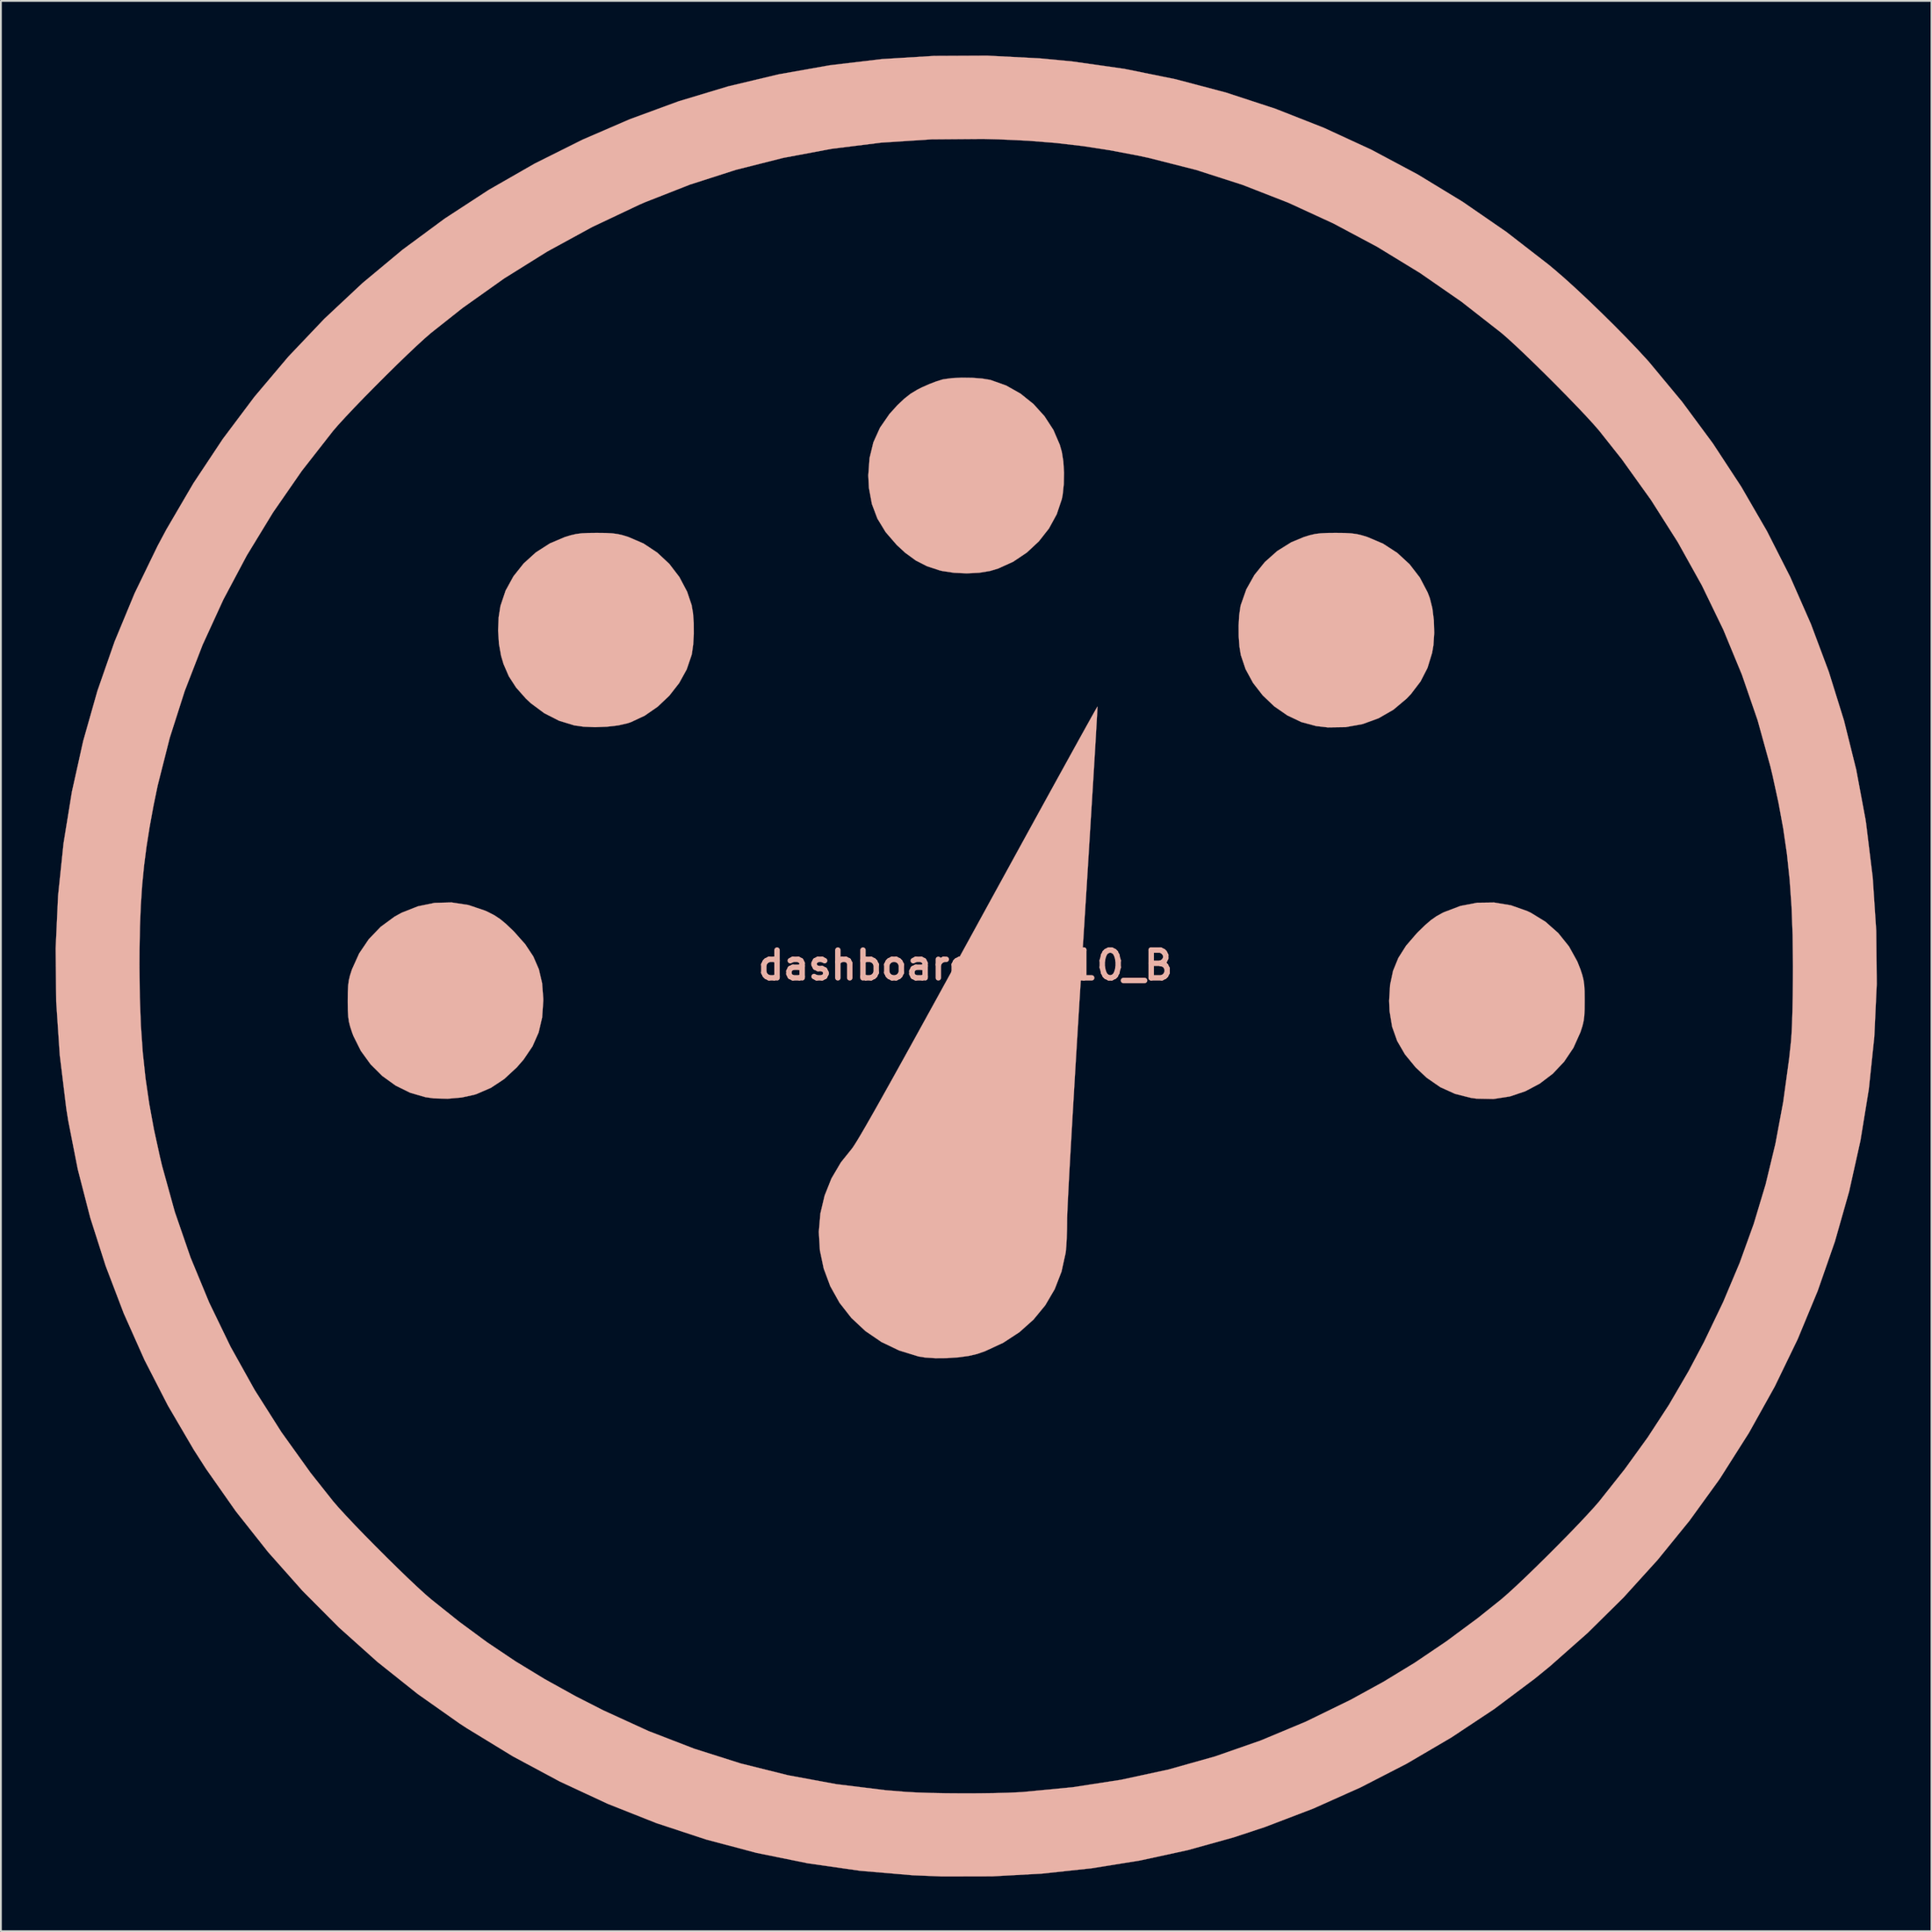
<source format=kicad_pcb>
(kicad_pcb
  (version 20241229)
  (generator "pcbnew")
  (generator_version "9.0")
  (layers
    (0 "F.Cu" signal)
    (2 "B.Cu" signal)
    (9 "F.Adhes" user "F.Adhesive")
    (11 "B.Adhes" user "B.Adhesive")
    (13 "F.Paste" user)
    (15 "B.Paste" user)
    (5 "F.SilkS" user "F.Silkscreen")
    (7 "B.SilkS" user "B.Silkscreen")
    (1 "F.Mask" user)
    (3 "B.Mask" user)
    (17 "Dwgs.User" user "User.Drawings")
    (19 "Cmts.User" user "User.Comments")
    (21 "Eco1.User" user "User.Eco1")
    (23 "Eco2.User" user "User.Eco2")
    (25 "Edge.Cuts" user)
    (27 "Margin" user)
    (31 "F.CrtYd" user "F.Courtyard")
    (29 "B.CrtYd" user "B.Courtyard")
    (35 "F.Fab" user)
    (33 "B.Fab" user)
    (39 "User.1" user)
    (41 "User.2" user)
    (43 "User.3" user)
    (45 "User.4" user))
  (footprint "dashboard_10x10_B"
    (layer "F.Cu")
    (at 49.942 49.933)
    (property "Reference" "dashboard_10x10_B" (at 0 0 0) (layer "B.SilkS") (effects (font (size 1.524 1.524) (thickness 0.3))))
    (attr through_hole)
    (fp_poly (pts (xy 20.804 -23.727) (xy 21.171 -23.707) (xy 21.475 -23.667) (xy 21.766 -23.599) (xy 22.062 -23.508) (xy 22.922 -23.142) (xy 23.7 -22.637) (xy 24.379 -22.011) (xy 24.942 -21.28) (xy 25.371 -20.461) (xy 25.489 -20.151) (xy 25.629 -19.591) (xy 25.71 -18.934) (xy 25.73 -18.24) (xy 25.687 -17.573) (xy 25.616 -17.154) (xy 25.362 -16.323) (xy 24.979 -15.577) (xy 24.452 -14.887) (xy 24.217 -14.639) (xy 23.49 -14.028) (xy 22.68 -13.561) (xy 21.8 -13.24) (xy 20.865 -13.071) (xy 19.889 -13.057) (xy 19.249 -13.131) (xy 18.44 -13.349) (xy 17.668 -13.715) (xy 16.954 -14.209) (xy 16.32 -14.811) (xy 15.786 -15.499) (xy 15.376 -16.254) (xy 15.116 -17.027) (xy 15.039 -17.497) (xy 14.998 -18.06) (xy 14.994 -18.654) (xy 15.026 -19.218) (xy 15.095 -19.69) (xy 15.114 -19.773) (xy 15.417 -20.633) (xy 15.863 -21.426) (xy 16.434 -22.134) (xy 17.112 -22.737) (xy 17.879 -23.216) (xy 18.584 -23.509) (xy 18.908 -23.608) (xy 19.196 -23.673) (xy 19.503 -23.71) (xy 19.879 -23.728) (xy 20.32 -23.732) (xy 20.804 -23.727)) (stroke (width 0.01) (type solid)) (fill yes) (layer "B.SilkS"))
    (fp_poly (pts (xy -19.752 -23.727) (xy -19.385 -23.708) (xy -19.083 -23.667) (xy -18.793 -23.6) (xy -18.5 -23.509) (xy -17.671 -23.151) (xy -16.916 -22.651) (xy -16.253 -22.031) (xy -15.701 -21.309) (xy -15.276 -20.504) (xy -15.03 -19.773) (xy -14.953 -19.328) (xy -14.913 -18.778) (xy -14.91 -18.186) (xy -14.943 -17.611) (xy -15.012 -17.116) (xy -15.032 -17.027) (xy -15.3 -16.24) (xy -15.714 -15.49) (xy -16.252 -14.8) (xy -16.889 -14.196) (xy -17.602 -13.702) (xy -18.37 -13.343) (xy -18.542 -13.285) (xy -19.057 -13.167) (xy -19.674 -13.095) (xy -20.328 -13.07) (xy -20.958 -13.095) (xy -21.463 -13.165) (xy -22.312 -13.425) (xy -23.121 -13.838) (xy -23.862 -14.389) (xy -24.128 -14.639) (xy -24.665 -15.247) (xy -25.064 -15.864) (xy -25.355 -16.538) (xy -25.487 -16.984) (xy -25.605 -17.646) (xy -25.65 -18.377) (xy -25.621 -19.103) (xy -25.523 -19.723) (xy -25.239 -20.567) (xy -24.809 -21.351) (xy -24.249 -22.056) (xy -23.579 -22.663) (xy -22.814 -23.154) (xy -21.989 -23.505) (xy -21.659 -23.605) (xy -21.368 -23.671) (xy -21.062 -23.71) (xy -20.69 -23.727) (xy -20.235 -23.732) (xy -19.752 -23.727)) (stroke (width 0.01) (type solid)) (fill yes) (layer "B.SilkS"))
    (fp_poly (pts (xy 0.367 -32.246) (xy 0.905 -32.206) (xy 1.347 -32.134) (xy 1.385 -32.124) (xy 2.233 -31.823) (xy 3.02 -31.379) (xy 3.728 -30.812) (xy 4.336 -30.141) (xy 4.827 -29.387) (xy 5.18 -28.567) (xy 5.292 -28.172) (xy 5.374 -27.651) (xy 5.41 -27.039) (xy 5.398 -26.409) (xy 5.338 -25.833) (xy 5.291 -25.59) (xy 5.01 -24.755) (xy 4.583 -23.974) (xy 4.028 -23.267) (xy 3.367 -22.652) (xy 2.618 -22.15) (xy 1.801 -21.779) (xy 1.349 -21.643) (xy 0.754 -21.545) (xy 0.073 -21.512) (xy -0.623 -21.543) (xy -1.263 -21.639) (xy -1.422 -21.677) (xy -2.111 -21.904) (xy -2.723 -22.216) (xy -3.304 -22.64) (xy -3.77 -23.07) (xy -4.38 -23.774) (xy -4.833 -24.518) (xy -5.136 -25.323) (xy -5.299 -26.206) (xy -5.333 -26.889) (xy -5.264 -27.838) (xy -5.052 -28.707) (xy -4.689 -29.509) (xy -4.169 -30.262) (xy -3.733 -30.743) (xy -3.352 -31.103) (xy -3.009 -31.372) (xy -2.64 -31.595) (xy -2.371 -31.73) (xy -1.991 -31.898) (xy -1.607 -32.045) (xy -1.285 -32.146) (xy -1.202 -32.166) (xy -0.75 -32.227) (xy -0.206 -32.254) (xy 0.367 -32.246)) (stroke (width 0.01) (type solid)) (fill yes) (layer "B.SilkS"))
    (fp_poly (pts (xy 29.94 -3.292) (xy 30.84 -2.974) (xy 31.03 -2.884) (xy 31.833 -2.392) (xy 32.537 -1.77) (xy 33.126 -1.037) (xy 33.584 -0.21) (xy 33.753 0.215) (xy 33.856 0.526) (xy 33.924 0.797) (xy 33.964 1.077) (xy 33.984 1.417) (xy 33.989 1.868) (xy 33.989 1.947) (xy 33.985 2.419) (xy 33.968 2.773) (xy 33.931 3.058) (xy 33.868 3.327) (xy 33.771 3.629) (xy 33.753 3.68) (xy 33.369 4.535) (xy 32.857 5.296) (xy 32.235 5.954) (xy 31.52 6.497) (xy 30.728 6.916) (xy 29.878 7.2) (xy 28.986 7.339) (xy 28.07 7.322) (xy 27.751 7.279) (xy 26.868 7.055) (xy 26.062 6.689) (xy 25.315 6.172) (xy 24.712 5.605) (xy 24.126 4.892) (xy 23.698 4.156) (xy 23.42 3.372) (xy 23.279 2.514) (xy 23.256 1.947) (xy 23.308 1.078) (xy 23.471 0.306) (xy 23.76 -0.402) (xy 24.186 -1.075) (xy 24.765 -1.746) (xy 24.846 -1.83) (xy 25.23 -2.203) (xy 25.549 -2.478) (xy 25.848 -2.688) (xy 26.168 -2.866) (xy 26.262 -2.912) (xy 27.165 -3.255) (xy 28.089 -3.433) (xy 29.018 -3.445) (xy 29.94 -3.292)) (stroke (width 0.01) (type solid)) (fill yes) (layer "B.SilkS"))
    (fp_poly (pts (xy -27.279 -3.307) (xy -26.37 -3) (xy -26.177 -2.912) (xy -25.843 -2.737) (xy -25.543 -2.538) (xy -25.233 -2.283) (xy -24.871 -1.939) (xy -24.762 -1.83) (xy -24.164 -1.157) (xy -23.72 -0.485) (xy -23.415 0.216) (xy -23.237 0.979) (xy -23.172 1.835) (xy -23.172 1.947) (xy -23.234 2.863) (xy -23.428 3.689) (xy -23.764 4.451) (xy -24.253 5.175) (xy -24.627 5.605) (xy -25.316 6.242) (xy -26.042 6.724) (xy -26.826 7.064) (xy -26.961 7.107) (xy -27.655 7.258) (xy -28.421 7.325) (xy -29.183 7.304) (xy -29.63 7.242) (xy -30.478 6.997) (xy -31.277 6.603) (xy -32.008 6.076) (xy -32.651 5.435) (xy -33.186 4.697) (xy -33.595 3.878) (xy -33.669 3.68) (xy -33.771 3.368) (xy -33.839 3.098) (xy -33.879 2.818) (xy -33.899 2.478) (xy -33.905 2.026) (xy -33.905 1.947) (xy -33.9 1.475) (xy -33.883 1.122) (xy -33.847 0.836) (xy -33.783 0.568) (xy -33.686 0.265) (xy -33.669 0.215) (xy -33.278 -0.651) (xy -32.75 -1.431) (xy -32.1 -2.108) (xy -31.342 -2.665) (xy -30.946 -2.884) (xy -30.052 -3.237) (xy -29.134 -3.426) (xy -28.205 -3.449) (xy -27.279 -3.307)) (stroke (width 0.01) (type solid)) (fill yes) (layer "B.SilkS"))
    (fp_poly (pts (xy 7.245 -14.116) (xy 7.233 -13.87) (xy 7.21 -13.473) (xy 7.179 -12.934) (xy 7.14 -12.261) (xy 7.092 -11.465) (xy 7.037 -10.554) (xy 6.975 -9.537) (xy 6.906 -8.422) (xy 6.832 -7.22) (xy 6.753 -5.938) (xy 6.669 -4.586) (xy 6.58 -3.173) (xy 6.488 -1.708) (xy 6.426 -0.716) (xy 6.331 0.8) (xy 6.239 2.284) (xy 6.15 3.726) (xy 6.066 5.114) (xy 5.987 6.439) (xy 5.913 7.691) (xy 5.845 8.86) (xy 5.783 9.936) (xy 5.728 10.908) (xy 5.681 11.767) (xy 5.643 12.502) (xy 5.613 13.104) (xy 5.593 13.563) (xy 5.582 13.867) (xy 5.581 13.961) (xy 5.576 14.461) (xy 5.56 14.96) (xy 5.536 15.405) (xy 5.505 15.741) (xy 5.5 15.781) (xy 5.273 16.817) (xy 4.898 17.78) (xy 4.381 18.662) (xy 3.732 19.452) (xy 2.958 20.142) (xy 2.068 20.723) (xy 1.069 21.185) (xy 0.635 21.336) (xy 0.172 21.444) (xy -0.4 21.52) (xy -1.024 21.562) (xy -1.645 21.566) (xy -2.205 21.531) (xy -2.582 21.47) (xy -3.636 21.145) (xy -4.609 20.679) (xy -5.489 20.079) (xy -6.263 19.355) (xy -6.909 18.529) (xy -7.42 17.614) (xy -7.779 16.648) (xy -7.989 15.65) (xy -8.049 14.637) (xy -7.963 13.628) (xy -7.73 12.643) (xy -7.354 11.699) (xy -6.834 10.816) (xy -6.273 10.118) (xy -6.199 10.022) (xy -6.087 9.855) (xy -5.935 9.611) (xy -5.74 9.285) (xy -5.499 8.871) (xy -5.209 8.365) (xy -4.866 7.761) (xy -4.469 7.053) (xy -4.013 6.237) (xy -3.497 5.307) (xy -2.916 4.257) (xy -2.269 3.083) (xy -1.551 1.78) (xy -0.761 0.341) (xy 0.105 -1.238) (xy 0.669 -2.267) (xy 1.392 -3.587) (xy 2.094 -4.866) (xy 2.769 -6.097) (xy 3.413 -7.27) (xy 4.022 -8.379) (xy 4.592 -9.415) (xy 5.119 -10.372) (xy 5.598 -11.24) (xy 6.024 -12.012) (xy 6.394 -12.681) (xy 6.703 -13.238) (xy 6.947 -13.676) (xy 7.122 -13.987) (xy 7.223 -14.163) (xy 7.247 -14.202) (xy 7.245 -14.116)) (stroke (width 0.01) (type solid)) (fill yes) (layer "B.SilkS"))
    (fp_poly (pts (xy 4.115 -49.777) (xy 5.88 -49.608) (xy 8.724 -49.204) (xy 11.53 -48.635) (xy 14.294 -47.905) (xy 17.01 -47.015) (xy 19.673 -45.968) (xy 22.279 -44.766) (xy 24.82 -43.411) (xy 27.294 -41.906) (xy 29.693 -40.252) (xy 32.014 -38.453) (xy 32.3 -38.215) (xy 32.849 -37.742) (xy 33.482 -37.169) (xy 34.169 -36.526) (xy 34.883 -35.839) (xy 35.594 -35.137) (xy 36.274 -34.448) (xy 36.895 -33.799) (xy 37.428 -33.219) (xy 37.529 -33.105) (xy 39.338 -30.927) (xy 41.022 -28.649) (xy 42.575 -26.28) (xy 43.993 -23.831) (xy 45.272 -21.312) (xy 46.406 -18.733) (xy 47.39 -16.105) (xy 48.221 -13.438) (xy 48.892 -10.742) (xy 49.399 -8.027) (xy 49.435 -7.789) (xy 49.797 -4.834) (xy 49.992 -1.894) (xy 50.021 1.026) (xy 49.886 3.921) (xy 49.587 6.788) (xy 49.126 9.621) (xy 48.504 12.416) (xy 47.721 15.169) (xy 46.778 17.874) (xy 45.677 20.529) (xy 44.419 23.127) (xy 43.004 25.665) (xy 41.434 28.139) (xy 41.339 28.279) (xy 39.737 30.492) (xy 37.992 32.638) (xy 36.124 34.697) (xy 34.15 36.648) (xy 32.092 38.468) (xy 31.258 39.149) (xy 29.022 40.825) (xy 26.67 42.385) (xy 24.22 43.822) (xy 21.685 45.126) (xy 19.083 46.29) (xy 16.428 47.304) (xy 14.721 47.868) (xy 12.199 48.569) (xy 9.591 49.136) (xy 6.918 49.566) (xy 4.202 49.857) (xy 1.464 50.007) (xy -1.276 50.013) (xy -2.879 49.948) (xy -5.789 49.701) (xy -8.653 49.291) (xy -11.468 48.719) (xy -14.237 47.984) (xy -16.959 47.087) (xy -19.634 46.027) (xy -22.262 44.804) (xy -24.844 43.419) (xy -27.379 41.87) (xy -27.771 41.614) (xy -30.068 39.995) (xy -32.276 38.236) (xy -34.386 36.346) (xy -36.39 34.332) (xy -38.28 32.203) (xy -40.048 29.969) (xy -41.685 27.636) (xy -42.359 26.585) (xy -43.776 24.165) (xy -45.058 21.668) (xy -46.199 19.108) (xy -47.193 16.5) (xy -48.037 13.858) (xy -48.723 11.196) (xy -49.247 8.528) (xy -49.351 7.874) (xy -49.711 4.925) (xy -49.907 1.991) (xy -49.927 0.042) (xy -45.337 0.042) (xy -45.318 1.738) (xy -45.26 3.305) (xy -45.157 4.78) (xy -45.005 6.2) (xy -44.801 7.601) (xy -44.541 9.019) (xy -44.219 10.492) (xy -44.097 11.007) (xy -43.398 13.533) (xy -42.535 16.036) (xy -41.513 18.507) (xy -40.338 20.935) (xy -39.014 23.31) (xy -37.547 25.623) (xy -35.941 27.863) (xy -34.705 29.422) (xy -34.4 29.775) (xy -33.991 30.22) (xy -33.503 30.738) (xy -32.955 31.304) (xy -32.37 31.898) (xy -31.771 32.497) (xy -31.178 33.08) (xy -30.614 33.625) (xy -30.101 34.11) (xy -29.66 34.513) (xy -29.337 34.792) (xy -27.789 36.029) (xy -26.259 37.156) (xy -24.709 38.197) (xy -23.1 39.177) (xy -21.394 40.122) (xy -19.879 40.895) (xy -17.398 42.031) (xy -14.886 43.001) (xy -12.336 43.81) (xy -9.74 44.458) (xy -7.091 44.947) (xy -4.381 45.28) (xy -3.26 45.371) (xy -2.641 45.404) (xy -1.895 45.429) (xy -1.061 45.445) (xy -0.181 45.451) (xy 0.704 45.449) (xy 1.555 45.438) (xy 2.329 45.418) (xy 2.987 45.388) (xy 3.147 45.378) (xy 5.877 45.117) (xy 8.538 44.707) (xy 11.139 44.145) (xy 13.691 43.428) (xy 16.203 42.552) (xy 18.684 41.516) (xy 21.146 40.315) (xy 22.947 39.326) (xy 24.665 38.28) (xy 26.407 37.102) (xy 28.137 35.821) (xy 29.422 34.792) (xy 29.777 34.483) (xy 30.225 34.073) (xy 30.743 33.583) (xy 31.31 33.034) (xy 31.904 32.449) (xy 32.503 31.849) (xy 33.086 31.257) (xy 33.629 30.694) (xy 34.112 30.181) (xy 34.513 29.742) (xy 34.79 29.422) (xy 36.188 27.658) (xy 37.453 25.908) (xy 38.612 24.129) (xy 39.691 22.28) (xy 40.548 20.659) (xy 41.592 18.481) (xy 42.497 16.334) (xy 43.27 14.192) (xy 43.921 12.027) (xy 44.456 9.81) (xy 44.885 7.514) (xy 45.214 5.112) (xy 45.313 4.191) (xy 45.345 3.761) (xy 45.372 3.182) (xy 45.394 2.478) (xy 45.41 1.669) (xy 45.419 0.777) (xy 45.422 0.042) (xy 45.403 -1.654) (xy 45.344 -3.221) (xy 45.241 -4.696) (xy 45.09 -6.115) (xy 44.886 -7.516) (xy 44.625 -8.934) (xy 44.304 -10.407) (xy 44.181 -10.922) (xy 43.482 -13.448) (xy 42.619 -15.952) (xy 41.598 -18.422) (xy 40.422 -20.85) (xy 39.099 -23.226) (xy 37.631 -25.538) (xy 36.026 -27.778) (xy 34.79 -29.337) (xy 34.484 -29.69) (xy 34.076 -30.136) (xy 33.587 -30.653) (xy 33.04 -31.219) (xy 32.455 -31.813) (xy 31.856 -32.412) (xy 31.263 -32.995) (xy 30.699 -33.54) (xy 30.185 -34.025) (xy 29.744 -34.428) (xy 29.422 -34.707) (xy 27.225 -36.424) (xy 24.949 -38.001) (xy 22.601 -39.435) (xy 20.19 -40.721) (xy 17.724 -41.856) (xy 15.211 -42.836) (xy 12.659 -43.657) (xy 10.076 -44.314) (xy 9.465 -44.445) (xy 7.94 -44.734) (xy 6.46 -44.963) (xy 4.98 -45.136) (xy 3.452 -45.258) (xy 1.829 -45.334) (xy 0.974 -45.356) (xy -1.86 -45.334) (xy -4.633 -45.153) (xy -7.346 -44.815) (xy -9.999 -44.318) (xy -12.592 -43.663) (xy -15.124 -42.85) (xy -17.597 -41.879) (xy -17.907 -41.744) (xy -20.487 -40.523) (xy -22.956 -39.175) (xy -25.325 -37.696) (xy -27.601 -36.08) (xy -29.337 -34.706) (xy -29.692 -34.398) (xy -30.139 -33.988) (xy -30.658 -33.497) (xy -31.226 -32.948) (xy -31.82 -32.362) (xy -32.42 -31.761) (xy -33.004 -31.168) (xy -33.548 -30.604) (xy -34.032 -30.091) (xy -34.434 -29.652) (xy -34.706 -29.337) (xy -36.427 -27.136) (xy -38.007 -24.854) (xy -39.444 -22.497) (xy -40.732 -20.074) (xy -41.87 -17.592) (xy -42.852 -15.058) (xy -43.676 -12.481) (xy -44.338 -9.868) (xy -44.566 -8.763) (xy -44.778 -7.603) (xy -44.951 -6.51) (xy -45.087 -5.45) (xy -45.191 -4.386) (xy -45.264 -3.283) (xy -45.311 -2.105) (xy -45.333 -0.816) (xy -45.337 0.042) (xy -49.927 0.042) (xy -49.937 -0.925) (xy -49.803 -3.818) (xy -49.506 -6.683) (xy -49.047 -9.514) (xy -48.426 -12.309) (xy -47.645 -15.06) (xy -46.703 -17.765) (xy -45.603 -20.418) (xy -44.344 -23.014) (xy -43.859 -23.921) (xy -42.373 -26.462) (xy -40.761 -28.891) (xy -39.024 -31.206) (xy -37.166 -33.405) (xy -35.19 -35.484) (xy -33.099 -37.442) (xy -30.896 -39.276) (xy -28.584 -40.983) (xy -26.165 -42.56) (xy -23.643 -44.005) (xy -21.021 -45.315) (xy -18.415 -46.442) (xy -15.749 -47.421) (xy -13.029 -48.241) (xy -10.26 -48.901) (xy -7.448 -49.4) (xy -4.599 -49.738) (xy -1.718 -49.914) (xy 1.189 -49.928) (xy 4.115 -49.777)) (stroke (width 0.01) (type solid)) (fill yes) (layer "B.SilkS")))
  (gr_rect
    (start -3 -3)
    (end 102.968 102.95)
    (stroke (width 0.1) (type default))
    (fill no)
    (layer "Edge.Cuts")))
</source>
